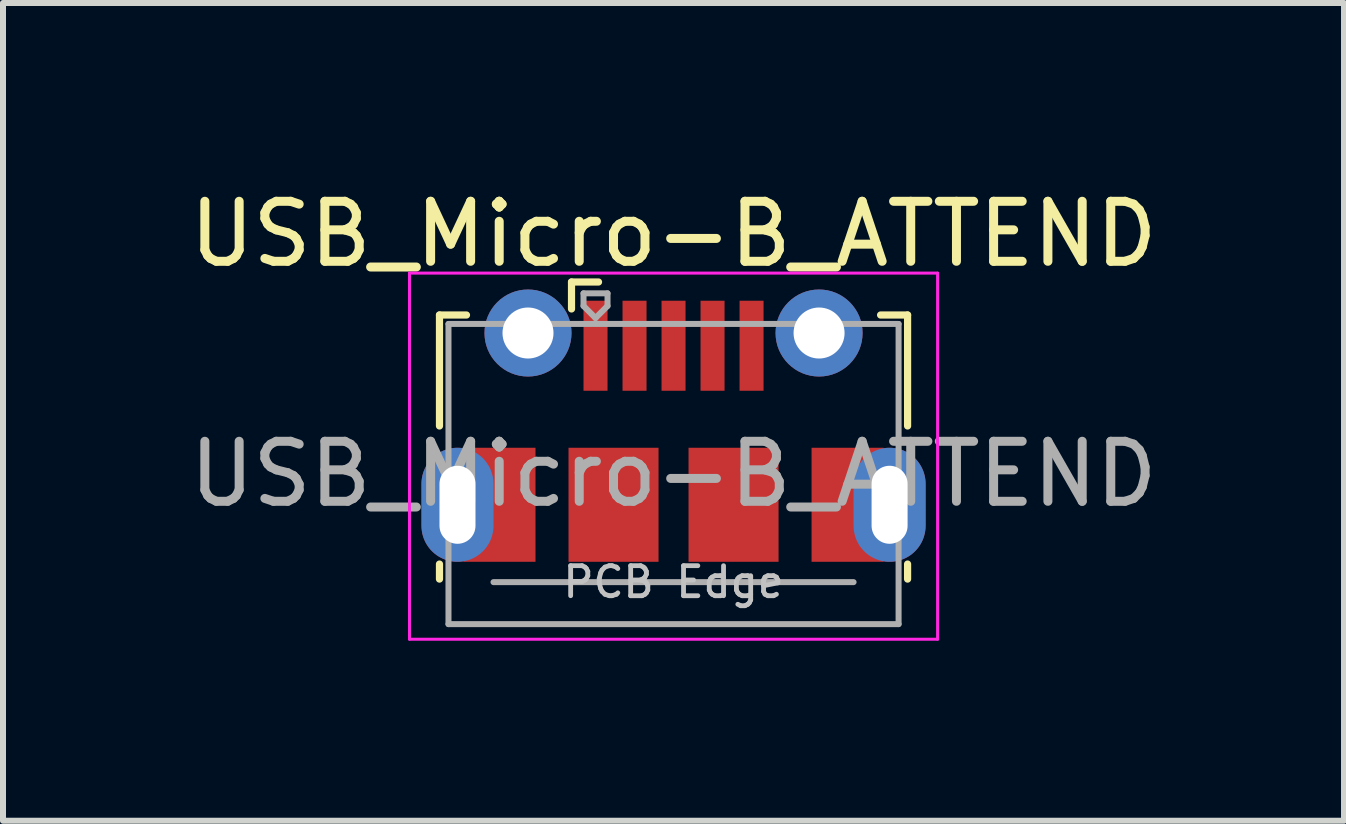
<source format=kicad_pcb>
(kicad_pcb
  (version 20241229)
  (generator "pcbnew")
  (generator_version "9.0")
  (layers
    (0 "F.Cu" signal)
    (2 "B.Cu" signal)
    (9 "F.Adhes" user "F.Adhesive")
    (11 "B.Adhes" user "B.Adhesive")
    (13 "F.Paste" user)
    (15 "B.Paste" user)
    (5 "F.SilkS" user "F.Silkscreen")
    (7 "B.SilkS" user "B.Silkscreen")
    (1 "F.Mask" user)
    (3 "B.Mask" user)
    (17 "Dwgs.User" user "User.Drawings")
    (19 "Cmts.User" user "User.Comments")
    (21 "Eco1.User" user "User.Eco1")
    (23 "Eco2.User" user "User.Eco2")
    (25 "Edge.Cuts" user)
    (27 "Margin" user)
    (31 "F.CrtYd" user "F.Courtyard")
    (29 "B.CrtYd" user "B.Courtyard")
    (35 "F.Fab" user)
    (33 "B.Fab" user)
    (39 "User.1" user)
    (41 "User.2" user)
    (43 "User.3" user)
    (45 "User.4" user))
  (footprint "USB_Micro-B_ATTEND"
    (layer "F.Cu")
    (at 8.173 3.961)
    (property "Reference" "USB_Micro-B_ATTEND" (at 0 -3.112 0) (layer "F.SilkS") (effects (font (size 1 1) (thickness 0.15))))
    (attr smd)
    (fp_line (start -3.9 -1.762) (end -3.45 -1.762) (stroke (width 0.12) (type solid)) (layer "F.SilkS"))
    (fp_line (start -3.9 0.087) (end -3.9 -1.762) (stroke (width 0.12) (type solid)) (layer "F.SilkS"))
    (fp_line (start -3.9 2.638) (end -3.9 2.388) (stroke (width 0.12) (type solid)) (layer "F.SilkS"))
    (fp_line (start -1.7 -2.312) (end -1.7 -1.863) (stroke (width 0.12) (type solid)) (layer "F.SilkS"))
    (fp_line (start -1.7 -2.312) (end -1.25 -2.312) (stroke (width 0.12) (type solid)) (layer "F.SilkS"))
    (fp_line (start 3.9 -1.762) (end 3.45 -1.762) (stroke (width 0.12) (type solid)) (layer "F.SilkS"))
    (fp_line (start 3.9 0.087) (end 3.9 -1.762) (stroke (width 0.12) (type solid)) (layer "F.SilkS"))
    (fp_line (start 3.9 2.638) (end 3.9 2.388) (stroke (width 0.12) (type solid)) (layer "F.SilkS"))
    (fp_line (start -4.4 -2.46) (end 4.4 -2.46) (stroke (width 0.05) (type solid)) (layer "F.CrtYd"))
    (fp_line (start -4.4 3.64) (end -4.4 -2.46) (stroke (width 0.05) (type solid)) (layer "F.CrtYd"))
    (fp_line (start -4.4 3.64) (end 4.4 3.64) (stroke (width 0.05) (type solid)) (layer "F.CrtYd"))
    (fp_line (start 4.4 -2.46) (end 4.4 3.64) (stroke (width 0.05) (type solid)) (layer "F.CrtYd"))
    (fp_line (start -3.75 -1.613) (end 3.75 -1.613) (stroke (width 0.1) (type solid)) (layer "F.Fab"))
    (fp_line (start -3.75 3.388) (end -3.75 -1.613) (stroke (width 0.1) (type solid)) (layer "F.Fab"))
    (fp_line (start -3.75 3.389) (end 3.75 3.389) (stroke (width 0.1) (type solid)) (layer "F.Fab"))
    (fp_line (start -3 2.689) (end 3 2.689) (stroke (width 0.1) (type solid)) (layer "F.Fab"))
    (fp_line (start -1.5 -2.123) (end -1.5 -1.913) (stroke (width 0.1) (type solid)) (layer "F.Fab"))
    (fp_line (start -1.5 -2.123) (end -1.1 -2.123) (stroke (width 0.1) (type solid)) (layer "F.Fab"))
    (fp_line (start -1.3 -1.712) (end -1.5 -1.913) (stroke (width 0.1) (type solid)) (layer "F.Fab"))
    (fp_line (start -1.1 -2.123) (end -1.1 -1.913) (stroke (width 0.1) (type solid)) (layer "F.Fab"))
    (fp_line (start -1.1 -1.913) (end -1.3 -1.712) (stroke (width 0.1) (type solid)) (layer "F.Fab"))
    (fp_line (start 3.75 3.388) (end 3.75 -1.613) (stroke (width 0.1) (type solid)) (layer "F.Fab"))
    (fp_text user "PCB Edge" (at 0 2.688 0) (layer "Dwgs.User") (effects (font (size 0.5 0.5) (thickness 0.08))))
    (fp_text user "${REFERENCE}" (at 0 0.887 0) (layer "F.Fab") (effects (font (size 1 1) (thickness 0.15))))
    (pad "1" smd rect (at -1.3 -1.25) (size 0.4 1.5) (layers "F.Cu" "F.Mask" "F.Paste"))
    (pad "2" smd rect (at -0.65 -1.25) (size 0.4 1.5) (layers "F.Cu" "F.Mask" "F.Paste"))
    (pad "3" smd rect (at 0 -1.25) (size 0.4 1.5) (layers "F.Cu" "F.Mask" "F.Paste"))
    (pad "4" smd rect (at 0.65 -1.25) (size 0.4 1.5) (layers "F.Cu" "F.Mask" "F.Paste"))
    (pad "5" smd rect (at 1.3 -1.25) (size 0.4 1.5) (layers "F.Cu" "F.Mask" "F.Paste"))
    (pad "6" thru_hole oval (at -3.6 1.4 180) (size 1.2 1.9) (drill oval 0.6 1.3) (layers "*.Cu" "*.Mask"))
    (pad "6" smd rect (at -2.9 1.4) (size 1.2 1.9) (layers "F.Cu" "F.Mask"))
    (pad "6" thru_hole circle (at -2.425 -1.462) (size 1.45 1.45) (drill 0.85) (layers "*.Cu" "*.Mask"))
    (pad "6" smd rect (at -1 1.4) (size 1.5 1.9) (layers "F.Cu" "F.Mask" "F.Paste"))
    (pad "6" smd rect (at 1 1.4) (size 1.5 1.9) (layers "F.Cu" "F.Mask" "F.Paste"))
    (pad "6" thru_hole circle (at 2.425 -1.462) (size 1.45 1.45) (drill 0.85) (layers "*.Cu" "*.Mask"))
    (pad "6" smd rect (at 2.9 1.4) (size 1.2 1.9) (layers "F.Cu" "F.Mask"))
    (pad "6" thru_hole oval (at 3.6 1.4) (size 1.2 1.9) (drill oval 0.6 1.3) (layers "*.Cu" "*.Mask")))
  (gr_rect
    (start -3 -3)
    (end 19.345 10.626)
    (stroke (width 0.1) (type default))
    (fill no)
    (layer "Edge.Cuts")))
</source>
